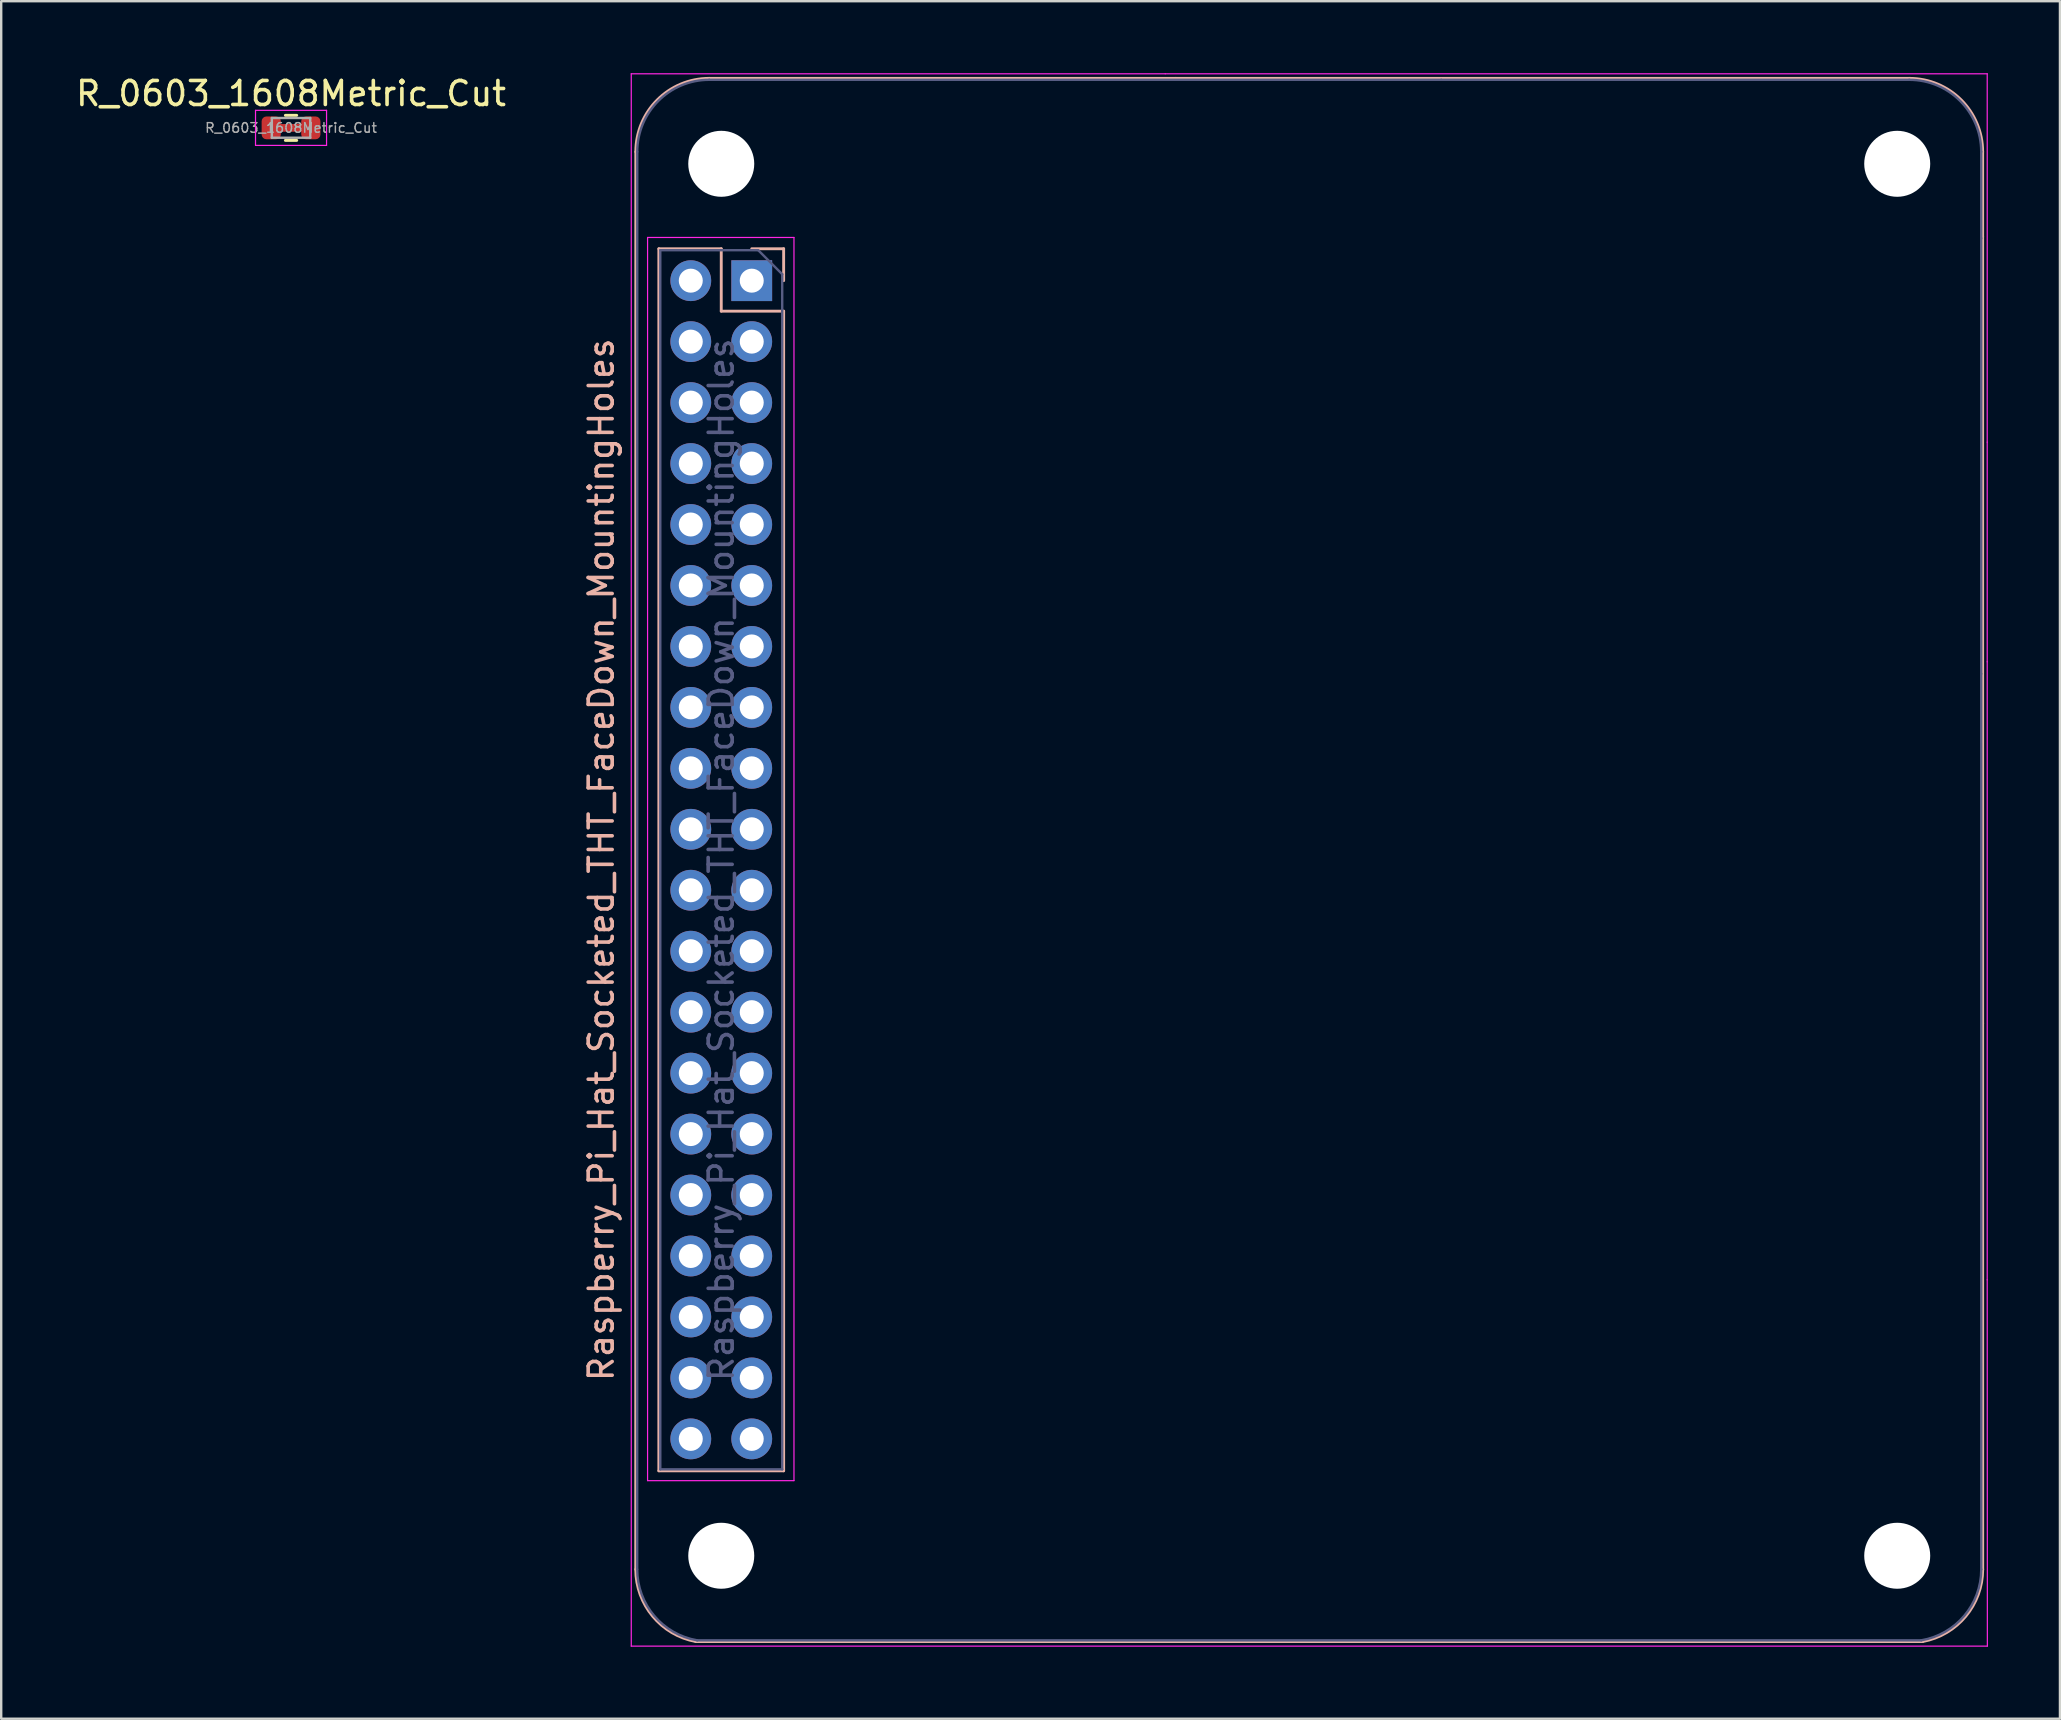
<source format=kicad_pcb>
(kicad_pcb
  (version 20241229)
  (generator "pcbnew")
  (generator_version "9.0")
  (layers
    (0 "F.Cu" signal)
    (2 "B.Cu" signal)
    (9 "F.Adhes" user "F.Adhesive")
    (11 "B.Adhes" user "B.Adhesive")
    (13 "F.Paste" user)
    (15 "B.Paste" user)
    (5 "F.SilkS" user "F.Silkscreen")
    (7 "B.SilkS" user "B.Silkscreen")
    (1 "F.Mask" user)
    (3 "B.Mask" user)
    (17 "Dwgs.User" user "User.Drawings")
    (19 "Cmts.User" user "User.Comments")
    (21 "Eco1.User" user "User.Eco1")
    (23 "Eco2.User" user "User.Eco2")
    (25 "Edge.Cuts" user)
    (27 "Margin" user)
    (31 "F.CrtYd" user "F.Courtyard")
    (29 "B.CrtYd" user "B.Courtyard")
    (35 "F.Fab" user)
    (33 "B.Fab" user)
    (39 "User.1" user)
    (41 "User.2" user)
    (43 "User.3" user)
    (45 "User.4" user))
  (footprint "Raspberry_Pi_Hat_Socketed_THT_FaceDown_MountingHoles"
    (layer "F.Cu")
    (at 28.273 8.645)
    (property "Reference" "Raspberry_Pi_Hat_Socketed_THT_FaceDown_MountingHoles" (at -6.27 24.13 90) (layer "B.SilkS") (effects (font (size 1 1) (thickness 0.15))))
    (attr through_hole)
    (fp_line (start -4.833 53.696) (end -4.83 -5.37) (stroke (width 0.12) (type solid)) (layer "B.SilkS"))
    (fp_line (start -3.87 -1.33) (end -3.87 49.59) (stroke (width 0.12) (type solid)) (layer "B.SilkS"))
    (fp_line (start -3.87 -1.33) (end -1.27 -1.33) (stroke (width 0.12) (type solid)) (layer "B.SilkS"))
    (fp_line (start -3.87 49.59) (end 1.33 49.59) (stroke (width 0.12) (type solid)) (layer "B.SilkS"))
    (fp_line (start -1.77 -8.43) (end 17.67 -8.43) (stroke (width 0.12) (type solid)) (layer "B.SilkS"))
    (fp_line (start -1.27 -1.33) (end -1.27 1.27) (stroke (width 0.12) (type solid)) (layer "B.SilkS"))
    (fp_line (start -1.27 1.27) (end 1.33 1.27) (stroke (width 0.12) (type solid)) (layer "B.SilkS"))
    (fp_line (start 0 -1.33) (end 1.33 -1.33) (stroke (width 0.12) (type solid)) (layer "B.SilkS"))
    (fp_line (start 1.33 -1.33) (end 1.33 0) (stroke (width 0.12) (type solid)) (layer "B.SilkS"))
    (fp_line (start 1.33 1.27) (end 1.33 49.59) (stroke (width 0.12) (type solid)) (layer "B.SilkS"))
    (fp_line (start 48.23 -8.43) (end 17.67 -8.43) (stroke (width 0.12) (type solid)) (layer "B.SilkS"))
    (fp_line (start 48.791 56.704) (end -2.332 56.704) (stroke (width 0.12) (type solid)) (layer "B.SilkS"))
    (fp_line (start 51.29 -5.37) (end 51.29 -1.83) (stroke (width 0.12) (type solid)) (layer "B.SilkS"))
    (fp_line (start 51.29 -1.83) (end 51.29 30.94) (stroke (width 0.12) (type solid)) (layer "B.SilkS"))
    (fp_line (start 51.29 30.94) (end 51.292 53.696) (stroke (width 0.12) (type solid)) (layer "B.SilkS"))
    (fp_arc (start -4.83 -5.37) (mid -3.933747 -7.533747) (end -1.77 -8.43) (stroke (width 0.12) (type solid)) (layer "B.SilkS"))
    (fp_arc (start -2.33231 56.703978) (mid -4.126227 55.65172) (end -4.832612 53.6956) (stroke (width 0.12) (type solid)) (layer "B.SilkS"))
    (fp_arc (start 48.23 -8.43) (mid 50.393747 -7.533747) (end 51.29 -5.37) (stroke (width 0.12) (type solid)) (layer "B.SilkS"))
    (fp_arc (start 51.2918 53.6956) (mid 50.585416 55.651721) (end 48.791498 56.703978) (stroke (width 0.12) (type solid)) (layer "B.SilkS"))
    (fp_line (start -5.02 -8.62) (end 17.23 -8.62) (stroke (width 0.05) (type solid)) (layer "F.CrtYd"))
    (fp_line (start -5.02 56.896) (end -5.02 -8.62) (stroke (width 0.05) (type solid)) (layer "F.CrtYd"))
    (fp_line (start -4.34 -1.8) (end 1.76 -1.8) (stroke (width 0.05) (type solid)) (layer "F.CrtYd"))
    (fp_line (start -4.34 50) (end -4.34 -1.8) (stroke (width 0.05) (type solid)) (layer "F.CrtYd"))
    (fp_line (start 1.76 -1.8) (end 1.76 50) (stroke (width 0.05) (type solid)) (layer "F.CrtYd"))
    (fp_line (start 1.76 50) (end -4.34 50) (stroke (width 0.05) (type solid)) (layer "F.CrtYd"))
    (fp_line (start 17.23 -8.62) (end 51.48 -8.62) (stroke (width 0.05) (type solid)) (layer "F.CrtYd"))
    (fp_line (start 51.48 -8.62) (end 51.48 6.73) (stroke (width 0.05) (type solid)) (layer "F.CrtYd"))
    (fp_line (start 51.48 6.73) (end 51.48 15.88) (stroke (width 0.05) (type solid)) (layer "F.CrtYd"))
    (fp_line (start 51.48 15.88) (end 51.48 41.63) (stroke (width 0.05) (type solid)) (layer "F.CrtYd"))
    (fp_line (start 51.48 41.63) (end 51.486 56.896) (stroke (width 0.05) (type solid)) (layer "F.CrtYd"))
    (fp_line (start 51.486 56.896) (end -5.02 56.896) (stroke (width 0.05) (type solid)) (layer "F.CrtYd"))
    (fp_line (start -4.773 53.696) (end -4.77 -5.37) (stroke (width 0.1) (type solid)) (layer "B.Fab"))
    (fp_line (start -3.81 -1.27) (end 0.27 -1.27) (stroke (width 0.1) (type solid)) (layer "B.Fab"))
    (fp_line (start -3.81 49.53) (end -3.81 -1.27) (stroke (width 0.1) (type solid)) (layer "B.Fab"))
    (fp_line (start -2.273 56.654) (end 48.732 56.654) (stroke (width 0.1) (type solid)) (layer "B.Fab"))
    (fp_line (start -1.77 -8.37) (end 28.73 -8.37) (stroke (width 0.1) (type solid)) (layer "B.Fab"))
    (fp_line (start 0.27 -1.27) (end 1.27 -0.27) (stroke (width 0.1) (type solid)) (layer "B.Fab"))
    (fp_line (start 1.27 -0.27) (end 1.27 49.53) (stroke (width 0.1) (type solid)) (layer "B.Fab"))
    (fp_line (start 1.27 49.53) (end -3.81 49.53) (stroke (width 0.1) (type solid)) (layer "B.Fab"))
    (fp_line (start 48.23 -8.37) (end 28.73 -8.37) (stroke (width 0.1) (type solid)) (layer "B.Fab"))
    (fp_line (start 51.23 -5.37) (end 51.23 -1.77) (stroke (width 0.1) (type solid)) (layer "B.Fab"))
    (fp_line (start 51.23 -1.77) (end 51.23 16.38) (stroke (width 0.1) (type solid)) (layer "B.Fab"))
    (fp_line (start 51.23 16.38) (end 51.232 53.696) (stroke (width 0.1) (type solid)) (layer "B.Fab"))
    (fp_arc (start -4.77 -5.37) (mid -3.89132 -7.49132) (end -1.77 -8.37) (stroke (width 0.1) (type solid)) (layer "B.Fab"))
    (fp_arc (start -2.272918 56.653588) (mid -4.064 55.631973) (end -4.772612 53.6956) (stroke (width 0.1) (type solid)) (layer "B.Fab"))
    (fp_arc (start 48.23 -8.37) (mid 50.35132 -7.49132) (end 51.23 -5.37) (stroke (width 0.1) (type solid)) (layer "B.Fab"))
    (fp_arc (start 51.2318 53.6956) (mid 50.523188 55.631973) (end 48.732106 56.653588) (stroke (width 0.1) (type solid)) (layer "B.Fab"))
    (fp_text user "${REFERENCE}" (at -1.27 24.13 90) (layer "B.Fab") (effects (font (size 1 1) (thickness 0.15))))
    (pad "" np_thru_hole circle (at -1.27 -4.87 90) (size 2.75 2.75) (drill 2.75) (layers "*.Cu" "*.Mask"))
    (pad "" np_thru_hole circle (at -1.27 53.13 90) (size 2.75 2.75) (drill 2.75) (layers "*.Cu" "*.Mask"))
    (pad "" np_thru_hole circle (at 47.73 -4.87 90) (size 2.75 2.75) (drill 2.75) (layers "*.Cu" "*.Mask"))
    (pad "" np_thru_hole circle (at 47.73 53.13 90) (size 2.75 2.75) (drill 2.75) (layers "*.Cu" "*.Mask"))
    (pad "1" thru_hole rect (at 0 0) (size 1.7 1.7) (drill 1) (layers "*.Cu" "*.Mask"))
    (pad "2" thru_hole oval (at -2.54 0) (size 1.7 1.7) (drill 1) (layers "*.Cu" "*.Mask"))
    (pad "3" thru_hole oval (at 0 2.54) (size 1.7 1.7) (drill 1) (layers "*.Cu" "*.Mask"))
    (pad "4" thru_hole oval (at -2.54 2.54) (size 1.7 1.7) (drill 1) (layers "*.Cu" "*.Mask"))
    (pad "5" thru_hole oval (at 0 5.08) (size 1.7 1.7) (drill 1) (layers "*.Cu" "*.Mask"))
    (pad "6" thru_hole oval (at -2.54 5.08) (size 1.7 1.7) (drill 1) (layers "*.Cu" "*.Mask"))
    (pad "7" thru_hole oval (at 0 7.62) (size 1.7 1.7) (drill 1) (layers "*.Cu" "*.Mask"))
    (pad "8" thru_hole oval (at -2.54 7.62) (size 1.7 1.7) (drill 1) (layers "*.Cu" "*.Mask"))
    (pad "9" thru_hole oval (at 0 10.16) (size 1.7 1.7) (drill 1) (layers "*.Cu" "*.Mask"))
    (pad "10" thru_hole oval (at -2.54 10.16) (size 1.7 1.7) (drill 1) (layers "*.Cu" "*.Mask"))
    (pad "11" thru_hole oval (at 0 12.7) (size 1.7 1.7) (drill 1) (layers "*.Cu" "*.Mask"))
    (pad "12" thru_hole oval (at -2.54 12.7) (size 1.7 1.7) (drill 1) (layers "*.Cu" "*.Mask"))
    (pad "13" thru_hole oval (at 0 15.24) (size 1.7 1.7) (drill 1) (layers "*.Cu" "*.Mask"))
    (pad "14" thru_hole oval (at -2.54 15.24) (size 1.7 1.7) (drill 1) (layers "*.Cu" "*.Mask"))
    (pad "15" thru_hole oval (at 0 17.78) (size 1.7 1.7) (drill 1) (layers "*.Cu" "*.Mask"))
    (pad "16" thru_hole oval (at -2.54 17.78) (size 1.7 1.7) (drill 1) (layers "*.Cu" "*.Mask"))
    (pad "17" thru_hole oval (at 0 20.32) (size 1.7 1.7) (drill 1) (layers "*.Cu" "*.Mask"))
    (pad "18" thru_hole oval (at -2.54 20.32) (size 1.7 1.7) (drill 1) (layers "*.Cu" "*.Mask"))
    (pad "19" thru_hole oval (at 0 22.86) (size 1.7 1.7) (drill 1) (layers "*.Cu" "*.Mask"))
    (pad "20" thru_hole oval (at -2.54 22.86) (size 1.7 1.7) (drill 1) (layers "*.Cu" "*.Mask"))
    (pad "21" thru_hole oval (at 0 25.4) (size 1.7 1.7) (drill 1) (layers "*.Cu" "*.Mask"))
    (pad "22" thru_hole oval (at -2.54 25.4) (size 1.7 1.7) (drill 1) (layers "*.Cu" "*.Mask"))
    (pad "23" thru_hole oval (at 0 27.94) (size 1.7 1.7) (drill 1) (layers "*.Cu" "*.Mask"))
    (pad "24" thru_hole oval (at -2.54 27.94) (size 1.7 1.7) (drill 1) (layers "*.Cu" "*.Mask"))
    (pad "25" thru_hole oval (at 0 30.48) (size 1.7 1.7) (drill 1) (layers "*.Cu" "*.Mask"))
    (pad "26" thru_hole oval (at -2.54 30.48) (size 1.7 1.7) (drill 1) (layers "*.Cu" "*.Mask"))
    (pad "27" thru_hole oval (at 0 33.02) (size 1.7 1.7) (drill 1) (layers "*.Cu" "*.Mask"))
    (pad "28" thru_hole oval (at -2.54 33.02) (size 1.7 1.7) (drill 1) (layers "*.Cu" "*.Mask"))
    (pad "29" thru_hole oval (at 0 35.56) (size 1.7 1.7) (drill 1) (layers "*.Cu" "*.Mask"))
    (pad "30" thru_hole oval (at -2.54 35.56) (size 1.7 1.7) (drill 1) (layers "*.Cu" "*.Mask"))
    (pad "31" thru_hole oval (at 0 38.1) (size 1.7 1.7) (drill 1) (layers "*.Cu" "*.Mask"))
    (pad "32" thru_hole oval (at -2.54 38.1) (size 1.7 1.7) (drill 1) (layers "*.Cu" "*.Mask"))
    (pad "33" thru_hole oval (at 0 40.64) (size 1.7 1.7) (drill 1) (layers "*.Cu" "*.Mask"))
    (pad "34" thru_hole oval (at -2.54 40.64) (size 1.7 1.7) (drill 1) (layers "*.Cu" "*.Mask"))
    (pad "35" thru_hole oval (at 0 43.18) (size 1.7 1.7) (drill 1) (layers "*.Cu" "*.Mask"))
    (pad "36" thru_hole oval (at -2.54 43.18) (size 1.7 1.7) (drill 1) (layers "*.Cu" "*.Mask"))
    (pad "37" thru_hole oval (at 0 45.72) (size 1.7 1.7) (drill 1) (layers "*.Cu" "*.Mask"))
    (pad "38" thru_hole oval (at -2.54 45.72) (size 1.7 1.7) (drill 1) (layers "*.Cu" "*.Mask"))
    (pad "39" thru_hole oval (at 0 48.26) (size 1.7 1.7) (drill 1) (layers "*.Cu" "*.Mask"))
    (pad "40" thru_hole oval (at -2.54 48.26) (size 1.7 1.7) (drill 1) (layers "*.Cu" "*.Mask")))
  (footprint "R_0603_1608Metric_Cut"
    (layer "F.Cu")
    (at 9.077 2.278)
    (property "Reference" "R_0603_1608Metric_Cut" (at 0 -1.43 0) (layer "F.SilkS") (effects (font (size 1 1) (thickness 0.15))))
    (attr smd)
    (fp_rect (start -0.5 -0.1) (end 0.5 0.1) (stroke (width 0.12) (type solid)) (fill yes) (layer "F.Cu"))
    (fp_line (start -0.237 -0.522) (end 0.237 -0.522) (stroke (width 0.12) (type solid)) (layer "F.SilkS"))
    (fp_line (start -0.237 0.522) (end 0.237 0.522) (stroke (width 0.12) (type solid)) (layer "F.SilkS"))
    (fp_line (start -1.48 -0.73) (end 1.48 -0.73) (stroke (width 0.05) (type solid)) (layer "F.CrtYd"))
    (fp_line (start -1.48 0.73) (end -1.48 -0.73) (stroke (width 0.05) (type solid)) (layer "F.CrtYd"))
    (fp_line (start 1.48 -0.73) (end 1.48 0.73) (stroke (width 0.05) (type solid)) (layer "F.CrtYd"))
    (fp_line (start 1.48 0.73) (end -1.48 0.73) (stroke (width 0.05) (type solid)) (layer "F.CrtYd"))
    (fp_line (start -0.8 -0.412) (end 0.8 -0.412) (stroke (width 0.1) (type solid)) (layer "F.Fab"))
    (fp_line (start -0.8 0.412) (end -0.8 -0.412) (stroke (width 0.1) (type solid)) (layer "F.Fab"))
    (fp_line (start 0.8 -0.412) (end 0.8 0.412) (stroke (width 0.1) (type solid)) (layer "F.Fab"))
    (fp_line (start 0.8 0.412) (end -0.8 0.412) (stroke (width 0.1) (type solid)) (layer "F.Fab"))
    (fp_text user "${REFERENCE}" (at 0 0 0) (layer "F.Fab") (effects (font (size 0.4 0.4) (thickness 0.06))))
    (pad "1" smd roundrect (at -0.825 0) (size 0.8 0.95) (layers "F.Cu" "F.Mask" "F.Paste") (roundrect_rratio 0.25))
    (pad "2" smd roundrect (at 0.825 0) (size 0.8 0.95) (layers "F.Cu" "F.Mask" "F.Paste") (roundrect_rratio 0.25)))
  (gr_rect
    (start -3 -3)
    (end 82.784 68.566)
    (stroke (width 0.1) (type default))
    (fill no)
    (layer "Edge.Cuts")))
</source>
